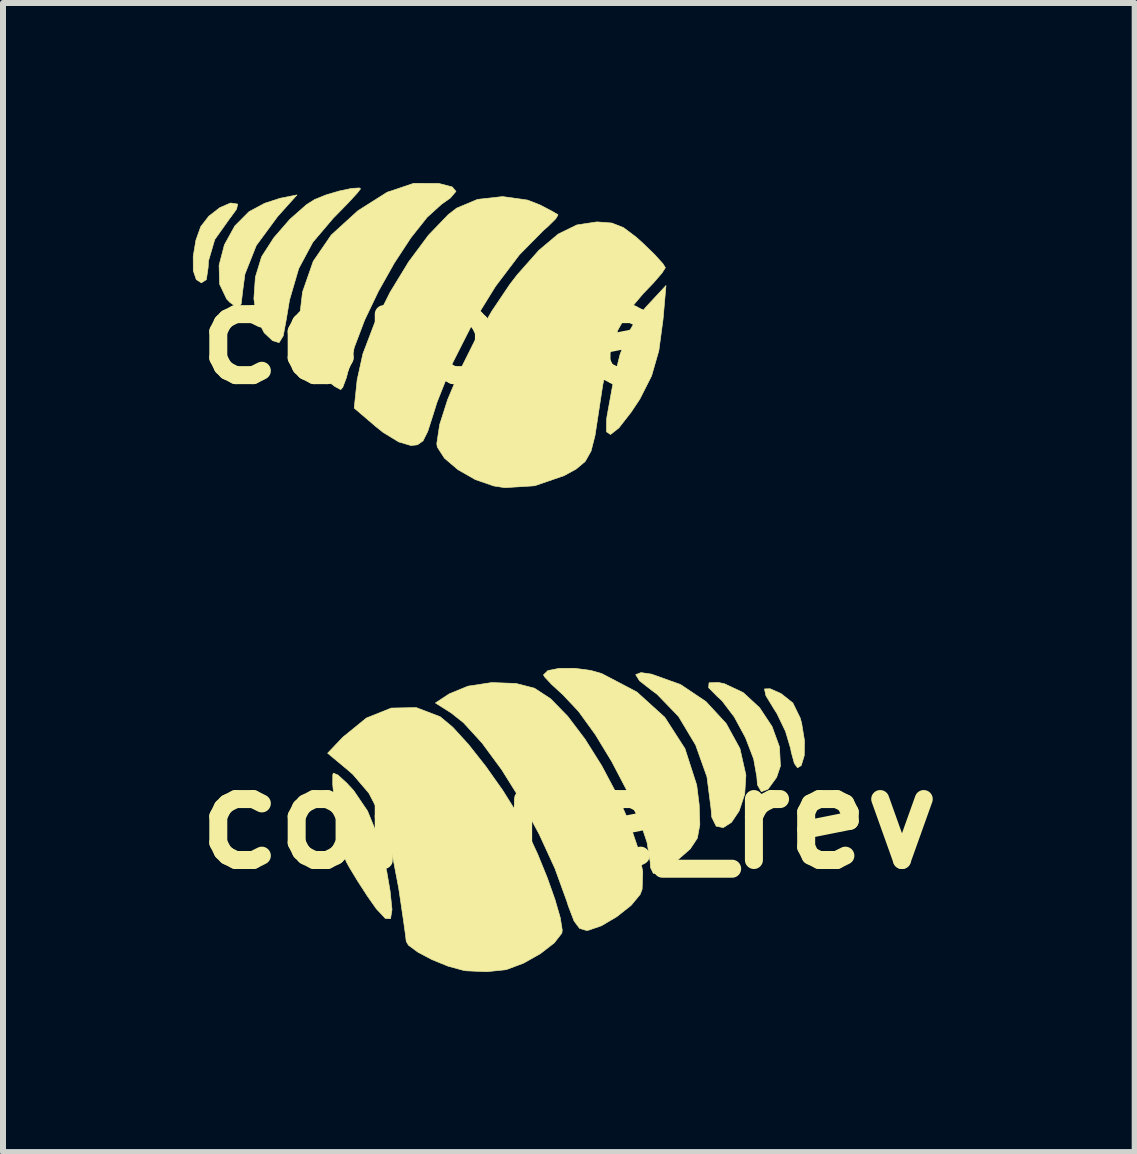
<source format=kicad_pcb>
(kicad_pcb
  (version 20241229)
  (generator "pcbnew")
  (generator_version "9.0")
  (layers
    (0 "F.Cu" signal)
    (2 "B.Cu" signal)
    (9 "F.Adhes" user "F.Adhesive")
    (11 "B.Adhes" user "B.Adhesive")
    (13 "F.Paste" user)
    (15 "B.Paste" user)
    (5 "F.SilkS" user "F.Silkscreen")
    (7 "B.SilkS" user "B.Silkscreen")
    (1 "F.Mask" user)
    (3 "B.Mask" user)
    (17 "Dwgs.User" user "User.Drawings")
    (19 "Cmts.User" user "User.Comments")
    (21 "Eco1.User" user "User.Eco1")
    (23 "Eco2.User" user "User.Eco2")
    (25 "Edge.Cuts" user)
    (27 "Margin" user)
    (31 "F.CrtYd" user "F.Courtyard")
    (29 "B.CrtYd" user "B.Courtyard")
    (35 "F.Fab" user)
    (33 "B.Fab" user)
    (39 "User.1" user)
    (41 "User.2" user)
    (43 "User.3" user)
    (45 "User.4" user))
  (footprint "corone_rev"
    (layer "F.Cu")
    (at 6.43 10.593)
    (property "Reference" "corone_rev" (at 0 0 0) (layer "F.SilkS") (effects (font (size 1.524 1.524) (thickness 0.3))))
    (attr through_hole)
    (fp_poly (pts (xy 3.537 -2.084) (xy 3.733 -1.928) (xy 3.856 -1.677) (xy 3.88 -1.588) (xy 3.927 -1.3) (xy 3.923 -1.05) (xy 3.873 -0.886) (xy 3.811 -0.847) (xy 3.758 -0.921) (xy 3.707 -1.107) (xy 3.695 -1.172) (xy 3.611 -1.454) (xy 3.468 -1.751) (xy 3.426 -1.817) (xy 3.284 -2.049) (xy 3.26 -2.162) (xy 3.355 -2.165) (xy 3.537 -2.084)) (stroke (width 0.01) (type solid)) (fill yes) (layer "F.SilkS"))
    (fp_poly (pts (xy 2.594 -2.248) (xy 2.906 -2.101) (xy 3.178 -1.85) (xy 3.387 -1.535) (xy 3.51 -1.197) (xy 3.526 -0.877) (xy 3.463 -0.689) (xy 3.319 -0.491) (xy 3.208 -0.449) (xy 3.143 -0.563) (xy 3.133 -0.696) (xy 3.08 -0.994) (xy 2.944 -1.349) (xy 2.757 -1.695) (xy 2.551 -1.966) (xy 2.477 -2.033) (xy 2.33 -2.182) (xy 2.336 -2.264) (xy 2.491 -2.27) (xy 2.594 -2.248)) (stroke (width 0.01) (type solid)) (fill yes) (layer "F.SilkS"))
    (fp_poly (pts (xy 1.376 -2.409) (xy 1.862 -2.235) (xy 2.285 -1.951) (xy 2.622 -1.586) (xy 2.851 -1.168) (xy 2.951 -0.726) (xy 2.931 -0.409) (xy 2.839 -0.13) (xy 2.711 0.061) (xy 2.574 0.15) (xy 2.455 0.125) (xy 2.381 -0.026) (xy 2.371 -0.156) (xy 2.302 -0.696) (xy 2.113 -1.227) (xy 1.828 -1.703) (xy 1.47 -2.073) (xy 1.39 -2.132) (xy 1.177 -2.298) (xy 1.114 -2.4) (xy 1.202 -2.434) (xy 1.376 -2.409)) (stroke (width 0.01) (type solid)) (fill yes) (layer "F.SilkS"))
    (fp_poly (pts (xy -3.848 -0.727) (xy -3.703 -0.595) (xy -3.587 -0.47) (xy -3.355 -0.128) (xy -3.174 0.314) (xy -3.034 0.884) (xy -2.979 1.206) (xy -2.947 1.516) (xy -2.972 1.668) (xy -3.058 1.663) (xy -3.208 1.503) (xy -3.357 1.291) (xy -3.522 1.036) (xy -3.657 0.813) (xy -3.71 0.717) (xy -3.763 0.555) (xy -3.819 0.297) (xy -3.871 -0.009) (xy -3.912 -0.314) (xy -3.935 -0.572) (xy -3.934 -0.732) (xy -3.924 -0.759) (xy -3.848 -0.727)) (stroke (width 0.01) (type solid)) (fill yes) (layer "F.SilkS"))
    (fp_poly (pts (xy 0.366 -2.47) (xy 0.548 -2.418) (xy 1.133 -2.111) (xy 1.599 -1.689) (xy 1.935 -1.167) (xy 2.131 -0.559) (xy 2.172 -0.233) (xy 2.183 0.099) (xy 2.142 0.325) (xy 2.023 0.505) (xy 1.799 0.701) (xy 1.745 0.743) (xy 1.53 0.89) (xy 1.409 0.914) (xy 1.36 0.813) (xy 1.355 0.718) (xy 1.304 0.399) (xy 1.167 -0.012) (xy 0.964 -0.475) (xy 0.715 -0.951) (xy 0.441 -1.402) (xy 0.162 -1.787) (xy -0.102 -2.068) (xy -0.106 -2.071) (xy -0.289 -2.239) (xy -0.404 -2.362) (xy -0.423 -2.396) (xy -0.349 -2.468) (xy -0.159 -2.505) (xy 0.096 -2.506) (xy 0.366 -2.47)) (stroke (width 0.01) (type solid)) (fill yes) (layer "F.SilkS"))
    (fp_poly (pts (xy -0.88 -2.253) (xy -0.573 -2.174) (xy -0.305 -1.999) (xy -0.018 -1.705) (xy 0.271 -1.323) (xy 0.548 -0.882) (xy 0.798 -0.411) (xy 1.005 0.059) (xy 1.155 0.501) (xy 1.232 0.884) (xy 1.221 1.178) (xy 1.188 1.264) (xy 1.038 1.445) (xy 0.802 1.632) (xy 0.544 1.785) (xy 0.325 1.86) (xy 0.292 1.863) (xy 0.179 1.829) (xy 0.087 1.706) (xy -0.008 1.458) (xy -0.034 1.376) (xy -0.232 0.83) (xy -0.493 0.262) (xy -0.795 -0.298) (xy -1.119 -0.816) (xy -1.446 -1.26) (xy -1.756 -1.599) (xy -1.96 -1.761) (xy -2.224 -1.928) (xy -1.993 -2.08) (xy -1.681 -2.208) (xy -1.285 -2.268) (xy -0.88 -2.253)) (stroke (width 0.01) (type solid)) (fill yes) (layer "F.SilkS"))
    (fp_poly (pts (xy -2.143 -1.698) (xy -1.934 -1.523) (xy -1.672 -1.236) (xy -1.385 -0.872) (xy -1.1 -0.469) (xy -0.845 -0.061) (xy -0.692 0.22) (xy -0.518 0.595) (xy -0.36 0.983) (xy -0.231 1.348) (xy -0.143 1.651) (xy -0.11 1.857) (xy -0.116 1.907) (xy -0.242 2.07) (xy -0.474 2.25) (xy -0.756 2.409) (xy -1.034 2.513) (xy -1.06 2.519) (xy -1.372 2.551) (xy -1.707 2.536) (xy -1.762 2.527) (xy -2.012 2.459) (xy -2.28 2.35) (xy -2.516 2.225) (xy -2.673 2.109) (xy -2.71 2.046) (xy -2.722 1.943) (xy -2.754 1.712) (xy -2.801 1.391) (xy -2.835 1.163) (xy -2.961 0.501) (xy -3.123 -0.019) (xy -3.332 -0.424) (xy -3.6 -0.738) (xy -3.673 -0.802) (xy -4.02 -1.091) (xy -3.767 -1.357) (xy -3.374 -1.677) (xy -2.96 -1.843) (xy -2.543 -1.851) (xy -2.143 -1.698)) (stroke (width 0.01) (type solid)) (fill yes) (layer "F.SilkS")))
  (footprint "corone"
    (layer "F.Cu")
    (at 4.144 2.512)
    (property "Reference" "corone" (at 0 0 0) (layer "F.SilkS") (effects (font (size 1.524 1.524) (thickness 0.3))))
    (attr through_hole)
    (fp_poly (pts (xy -2.569 -1.952) (xy -2.923 -1.471) (xy -3.112 -0.994) (xy -3.149 -0.716) (xy -3.175 -0.496) (xy -3.241 -0.436) (xy -3.365 -0.525) (xy -3.416 -0.578) (xy -3.534 -0.825) (xy -3.543 -1.142) (xy -3.454 -1.483) (xy -3.28 -1.798) (xy -3.045 -2.034) (xy -2.784 -2.174) (xy -2.526 -2.258) (xy -2.244 -2.314) (xy -2.569 -1.952)) (stroke (width 0.01) (type solid)) (fill yes) (layer "F.SilkS"))
    (fp_poly (pts (xy 3.856 -0.241) (xy 3.786 0.281) (xy 3.665 0.702) (xy 3.469 1.089) (xy 3.325 1.306) (xy 3.119 1.57) (xy 2.981 1.679) (xy 2.913 1.634) (xy 2.914 1.434) (xy 2.922 1.376) (xy 3.028 0.791) (xy 3.14 0.343) (xy 3.27 -0.001) (xy 3.43 -0.273) (xy 3.57 -0.444) (xy 3.905 -0.804) (xy 3.856 -0.241)) (stroke (width 0.01) (type solid)) (fill yes) (layer "F.SilkS"))
    (fp_poly (pts (xy -3.233 -2.161) (xy -3.252 -2.075) (xy -3.358 -1.93) (xy -3.362 -1.926) (xy -3.615 -1.57) (xy -3.72 -1.212) (xy -3.725 -1.106) (xy -3.755 -0.902) (xy -3.838 -0.848) (xy -3.923 -0.903) (xy -3.973 -1.05) (xy -3.974 -1.29) (xy -3.929 -1.56) (xy -3.848 -1.786) (xy -3.714 -1.959) (xy -3.531 -2.101) (xy -3.352 -2.179) (xy -3.233 -2.161)) (stroke (width 0.01) (type solid)) (fill yes) (layer "F.SilkS"))
    (fp_poly (pts (xy -1.185 -2.416) (xy -1.241 -2.344) (xy -1.387 -2.185) (xy -1.596 -1.971) (xy -1.638 -1.929) (xy -1.981 -1.525) (xy -2.216 -1.086) (xy -2.369 -0.563) (xy -2.424 -0.233) (xy -2.474 0.036) (xy -2.543 0.148) (xy -2.652 0.115) (xy -2.791 -0.016) (xy -2.914 -0.253) (xy -2.963 -0.583) (xy -2.938 -0.944) (xy -2.837 -1.275) (xy -2.827 -1.295) (xy -2.629 -1.602) (xy -2.364 -1.907) (xy -2.086 -2.152) (xy -1.947 -2.239) (xy -1.763 -2.313) (xy -1.54 -2.379) (xy -1.335 -2.422) (xy -1.205 -2.43) (xy -1.185 -2.416)) (stroke (width 0.01) (type solid)) (fill yes) (layer "F.SilkS"))
    (fp_poly (pts (xy 0.119 -2.505) (xy 0.342 -2.447) (xy 0.405 -2.373) (xy 0.311 -2.262) (xy 0.165 -2.159) (xy -0.075 -1.942) (xy -0.345 -1.602) (xy -0.623 -1.178) (xy -0.888 -0.707) (xy -1.117 -0.228) (xy -1.287 0.22) (xy -1.358 0.483) (xy -1.421 0.731) (xy -1.482 0.894) (xy -1.516 0.931) (xy -1.612 0.88) (xy -1.786 0.749) (xy -1.912 0.645) (xy -2.109 0.461) (xy -2.204 0.306) (xy -2.23 0.107) (xy -2.226 -0.075) (xy -2.152 -0.696) (xy -1.974 -1.207) (xy -1.674 -1.645) (xy -1.233 -2.047) (xy -1.226 -2.052) (xy -0.743 -2.358) (xy -0.3 -2.507) (xy 0.119 -2.505)) (stroke (width 0.01) (type solid)) (fill yes) (layer "F.SilkS"))
    (fp_poly (pts (xy 1.597 -2.228) (xy 1.803 -2.148) (xy 1.991 -2.05) (xy 2.1 -1.987) (xy 2.106 -1.982) (xy 2.068 -1.917) (xy 1.935 -1.785) (xy 1.865 -1.725) (xy 1.465 -1.32) (xy 1.063 -0.789) (xy 0.683 -0.174) (xy 0.35 0.484) (xy 0.088 1.144) (xy 0.026 1.342) (xy -0.065 1.627) (xy -0.144 1.785) (xy -0.237 1.851) (xy -0.345 1.863) (xy -0.548 1.803) (xy -0.808 1.645) (xy -0.926 1.551) (xy -1.291 1.239) (xy -1.242 0.769) (xy -1.146 0.334) (xy -0.955 -0.168) (xy -0.692 -0.693) (xy -0.384 -1.198) (xy -0.053 -1.643) (xy 0.275 -1.984) (xy 0.417 -2.094) (xy 0.766 -2.24) (xy 1.182 -2.286) (xy 1.597 -2.228)) (stroke (width 0.01) (type solid)) (fill yes) (layer "F.SilkS"))
    (fp_poly (pts (xy 3.002 -1.845) (xy 3.195 -1.77) (xy 3.408 -1.61) (xy 3.516 -1.513) (xy 3.716 -1.319) (xy 3.853 -1.168) (xy 3.895 -1.101) (xy 3.839 -1.013) (xy 3.695 -0.846) (xy 3.523 -0.667) (xy 3.287 -0.388) (xy 3.104 -0.064) (xy 2.963 0.339) (xy 2.851 0.853) (xy 2.781 1.312) (xy 2.722 1.698) (xy 2.656 1.956) (xy 2.559 2.128) (xy 2.409 2.254) (xy 2.207 2.365) (xy 1.715 2.534) (xy 1.219 2.565) (xy 1.036 2.537) (xy 0.728 2.431) (xy 0.439 2.266) (xy 0.214 2.075) (xy 0.094 1.889) (xy 0.085 1.832) (xy 0.133 1.514) (xy 0.266 1.098) (xy 0.467 0.62) (xy 0.718 0.116) (xy 1.002 -0.376) (xy 1.301 -0.821) (xy 1.425 -0.982) (xy 1.786 -1.39) (xy 2.108 -1.661) (xy 2.418 -1.813) (xy 2.745 -1.863) (xy 2.766 -1.863) (xy 3.002 -1.845)) (stroke (width 0.01) (type solid)) (fill yes) (layer "F.SilkS")))
  (gr_rect
    (start -3 -3)
    (end 15.86 16.149)
    (stroke (width 0.1) (type default))
    (fill no)
    (layer "Edge.Cuts")))
</source>
